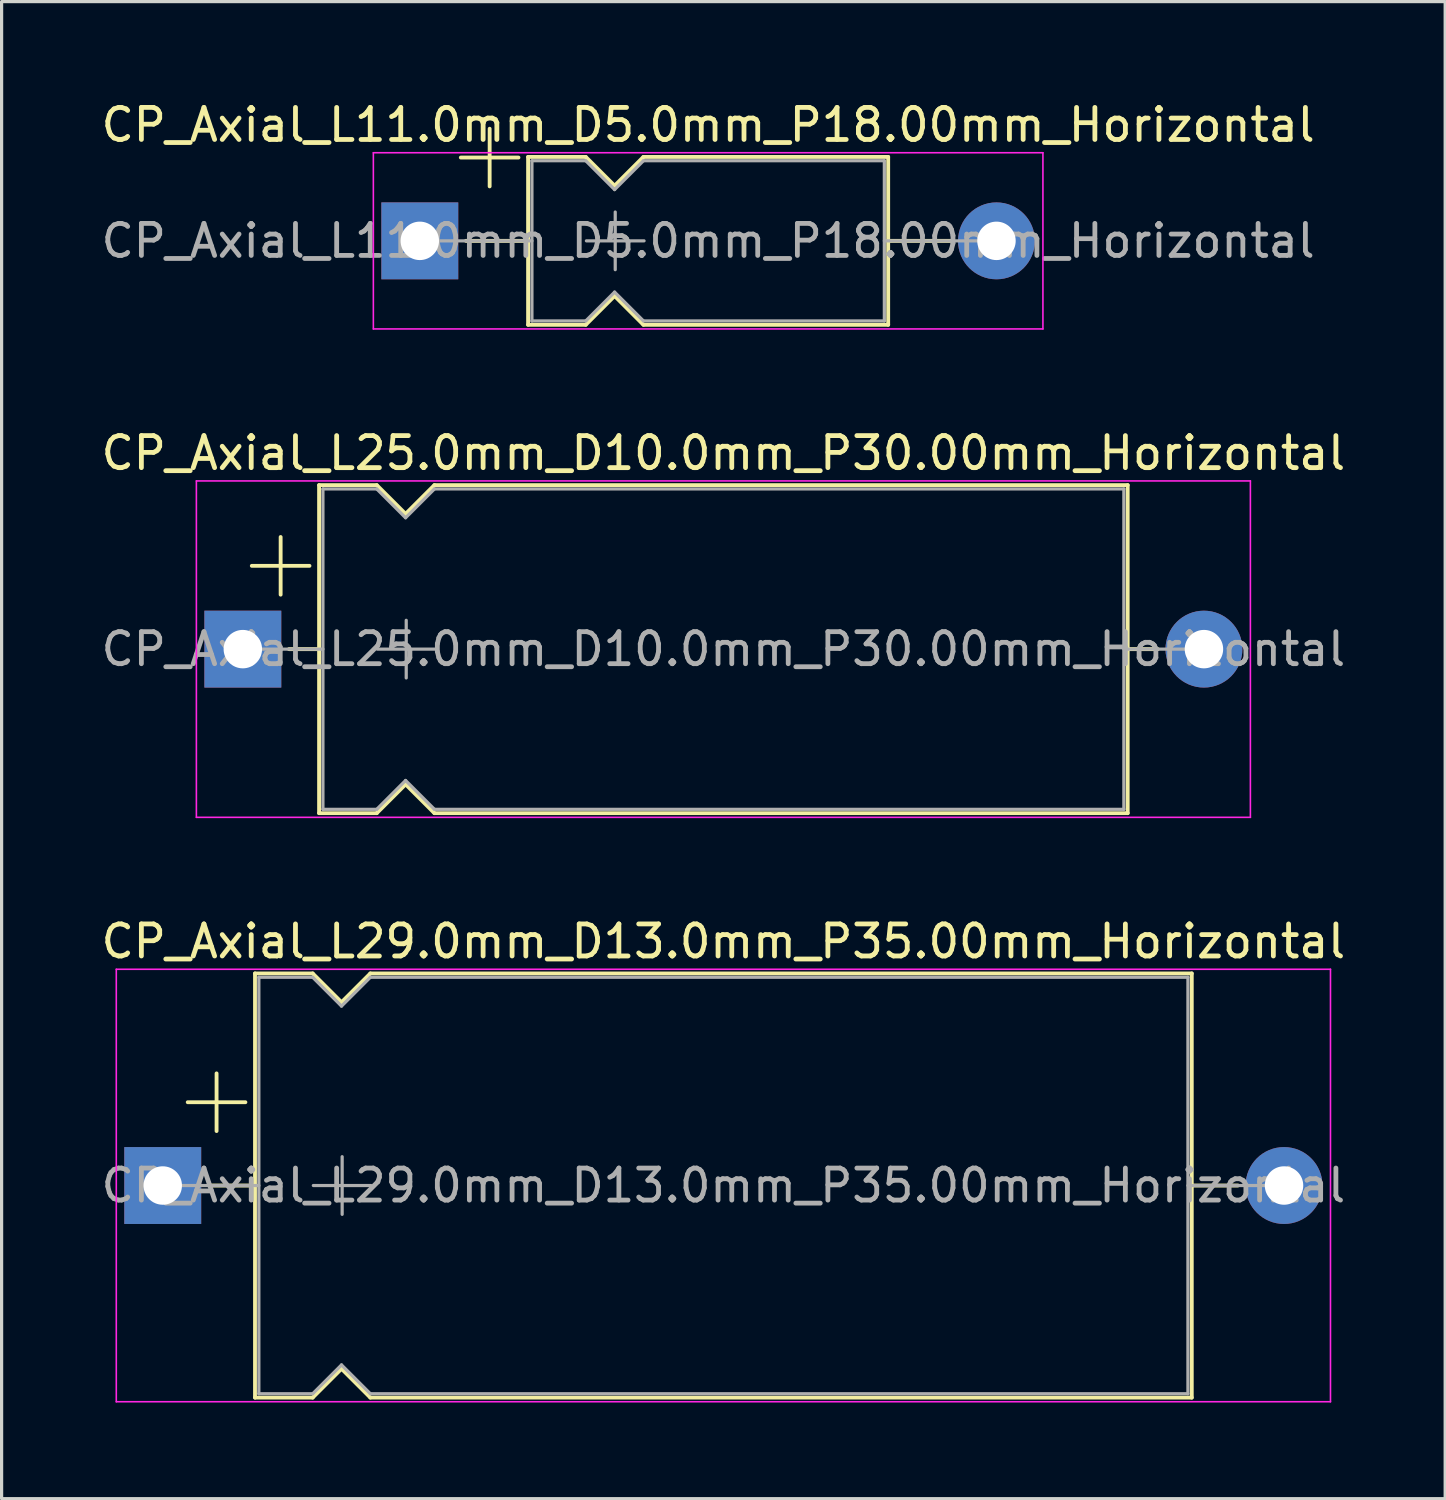
<source format=kicad_pcb>
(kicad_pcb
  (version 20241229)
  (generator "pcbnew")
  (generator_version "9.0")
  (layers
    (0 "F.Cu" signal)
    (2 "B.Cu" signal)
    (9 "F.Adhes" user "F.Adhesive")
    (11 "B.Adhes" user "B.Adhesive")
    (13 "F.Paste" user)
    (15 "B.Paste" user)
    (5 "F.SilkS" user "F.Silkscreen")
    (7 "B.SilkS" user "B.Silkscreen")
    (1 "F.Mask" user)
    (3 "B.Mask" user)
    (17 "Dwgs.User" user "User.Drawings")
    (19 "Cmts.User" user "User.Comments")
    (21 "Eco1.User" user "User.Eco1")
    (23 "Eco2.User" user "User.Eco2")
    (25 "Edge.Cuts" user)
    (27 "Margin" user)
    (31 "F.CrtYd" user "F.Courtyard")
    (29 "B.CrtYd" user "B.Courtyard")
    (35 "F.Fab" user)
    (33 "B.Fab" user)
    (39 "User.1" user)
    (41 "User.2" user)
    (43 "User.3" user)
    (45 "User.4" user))
  (footprint "CP_Axial_L11.0mm_D5.0mm_P18.00mm_Horizontal"
    (layer "F.Cu")
    (at 10.054 4.468)
    (property "Reference" "CP_Axial_L11.0mm_D5.0mm_P18.00mm_Horizontal" (at 9 -3.62 0) (layer "F.SilkS") (effects (font (size 1 1) (thickness 0.15))))
    (attr through_hole)
    (fp_line (start 1.28 -2.6) (end 3.08 -2.6) (stroke (width 0.12) (type solid)) (layer "F.SilkS"))
    (fp_line (start 1.44 0) (end 3.38 0) (stroke (width 0.12) (type solid)) (layer "F.SilkS"))
    (fp_line (start 2.18 -3.5) (end 2.18 -1.7) (stroke (width 0.12) (type solid)) (layer "F.SilkS"))
    (fp_line (start 3.38 -2.62) (end 3.38 2.62) (stroke (width 0.12) (type solid)) (layer "F.SilkS"))
    (fp_line (start 3.38 -2.62) (end 5.18 -2.62) (stroke (width 0.12) (type solid)) (layer "F.SilkS"))
    (fp_line (start 3.38 2.62) (end 5.18 2.62) (stroke (width 0.12) (type solid)) (layer "F.SilkS"))
    (fp_line (start 5.18 -2.62) (end 6.08 -1.72) (stroke (width 0.12) (type solid)) (layer "F.SilkS"))
    (fp_line (start 5.18 2.62) (end 6.08 1.72) (stroke (width 0.12) (type solid)) (layer "F.SilkS"))
    (fp_line (start 6.08 -1.72) (end 6.98 -2.62) (stroke (width 0.12) (type solid)) (layer "F.SilkS"))
    (fp_line (start 6.08 1.72) (end 6.98 2.62) (stroke (width 0.12) (type solid)) (layer "F.SilkS"))
    (fp_line (start 6.98 -2.62) (end 14.62 -2.62) (stroke (width 0.12) (type solid)) (layer "F.SilkS"))
    (fp_line (start 6.98 2.62) (end 14.62 2.62) (stroke (width 0.12) (type solid)) (layer "F.SilkS"))
    (fp_line (start 14.62 -2.62) (end 14.62 2.62) (stroke (width 0.12) (type solid)) (layer "F.SilkS"))
    (fp_line (start 16.56 0) (end 14.62 0) (stroke (width 0.12) (type solid)) (layer "F.SilkS"))
    (fp_line (start -1.45 -2.75) (end -1.45 2.75) (stroke (width 0.05) (type solid)) (layer "F.CrtYd"))
    (fp_line (start -1.45 2.75) (end 19.45 2.75) (stroke (width 0.05) (type solid)) (layer "F.CrtYd"))
    (fp_line (start 19.45 -2.75) (end -1.45 -2.75) (stroke (width 0.05) (type solid)) (layer "F.CrtYd"))
    (fp_line (start 19.45 2.75) (end 19.45 -2.75) (stroke (width 0.05) (type solid)) (layer "F.CrtYd"))
    (fp_line (start 0 0) (end 3.5 0) (stroke (width 0.1) (type solid)) (layer "F.Fab"))
    (fp_line (start 3.5 -2.5) (end 3.5 2.5) (stroke (width 0.1) (type solid)) (layer "F.Fab"))
    (fp_line (start 3.5 -2.5) (end 5.18 -2.5) (stroke (width 0.1) (type solid)) (layer "F.Fab"))
    (fp_line (start 3.5 2.5) (end 5.18 2.5) (stroke (width 0.1) (type solid)) (layer "F.Fab"))
    (fp_line (start 5.18 -2.5) (end 6.08 -1.6) (stroke (width 0.1) (type solid)) (layer "F.Fab"))
    (fp_line (start 5.18 2.5) (end 6.08 1.6) (stroke (width 0.1) (type solid)) (layer "F.Fab"))
    (fp_line (start 5.2 0) (end 7 0) (stroke (width 0.1) (type solid)) (layer "F.Fab"))
    (fp_line (start 6.08 -1.6) (end 6.98 -2.5) (stroke (width 0.1) (type solid)) (layer "F.Fab"))
    (fp_line (start 6.08 1.6) (end 6.98 2.5) (stroke (width 0.1) (type solid)) (layer "F.Fab"))
    (fp_line (start 6.1 -0.9) (end 6.1 0.9) (stroke (width 0.1) (type solid)) (layer "F.Fab"))
    (fp_line (start 6.98 -2.5) (end 14.5 -2.5) (stroke (width 0.1) (type solid)) (layer "F.Fab"))
    (fp_line (start 6.98 2.5) (end 14.5 2.5) (stroke (width 0.1) (type solid)) (layer "F.Fab"))
    (fp_line (start 14.5 -2.5) (end 14.5 2.5) (stroke (width 0.1) (type solid)) (layer "F.Fab"))
    (fp_line (start 18 0) (end 14.5 0) (stroke (width 0.1) (type solid)) (layer "F.Fab"))
    (fp_text user "${REFERENCE}" (at 9 0 0) (layer "F.Fab") (effects (font (size 1 1) (thickness 0.15))))
    (pad "1" thru_hole rect (at 0 0) (size 2.4 2.4) (drill 1.2) (layers "*.Cu" "*.Mask"))
    (pad "2" thru_hole oval (at 18 0) (size 2.4 2.4) (drill 1.2) (layers "*.Cu" "*.Mask")))
  (footprint "CP_Axial_L29.0mm_D13.0mm_P35.00mm_Horizontal"
    (layer "F.Cu")
    (at 2.03 33.955)
    (property "Reference" "CP_Axial_L29.0mm_D13.0mm_P35.00mm_Horizontal" (at 17.5 -7.62 0) (layer "F.SilkS") (effects (font (size 1 1) (thickness 0.15))))
    (attr through_hole)
    (fp_line (start 0.78 -2.6) (end 2.58 -2.6) (stroke (width 0.12) (type solid)) (layer "F.SilkS"))
    (fp_line (start 1.44 0) (end 2.88 0) (stroke (width 0.12) (type solid)) (layer "F.SilkS"))
    (fp_line (start 1.68 -3.5) (end 1.68 -1.7) (stroke (width 0.12) (type solid)) (layer "F.SilkS"))
    (fp_line (start 2.88 -6.62) (end 2.88 6.62) (stroke (width 0.12) (type solid)) (layer "F.SilkS"))
    (fp_line (start 2.88 -6.62) (end 4.68 -6.62) (stroke (width 0.12) (type solid)) (layer "F.SilkS"))
    (fp_line (start 2.88 6.62) (end 4.68 6.62) (stroke (width 0.12) (type solid)) (layer "F.SilkS"))
    (fp_line (start 4.68 -6.62) (end 5.58 -5.72) (stroke (width 0.12) (type solid)) (layer "F.SilkS"))
    (fp_line (start 4.68 6.62) (end 5.58 5.72) (stroke (width 0.12) (type solid)) (layer "F.SilkS"))
    (fp_line (start 5.58 -5.72) (end 6.48 -6.62) (stroke (width 0.12) (type solid)) (layer "F.SilkS"))
    (fp_line (start 5.58 5.72) (end 6.48 6.62) (stroke (width 0.12) (type solid)) (layer "F.SilkS"))
    (fp_line (start 6.48 -6.62) (end 32.12 -6.62) (stroke (width 0.12) (type solid)) (layer "F.SilkS"))
    (fp_line (start 6.48 6.62) (end 32.12 6.62) (stroke (width 0.12) (type solid)) (layer "F.SilkS"))
    (fp_line (start 32.12 -6.62) (end 32.12 6.62) (stroke (width 0.12) (type solid)) (layer "F.SilkS"))
    (fp_line (start 33.56 0) (end 32.12 0) (stroke (width 0.12) (type solid)) (layer "F.SilkS"))
    (fp_line (start -1.45 -6.75) (end -1.45 6.75) (stroke (width 0.05) (type solid)) (layer "F.CrtYd"))
    (fp_line (start -1.45 6.75) (end 36.45 6.75) (stroke (width 0.05) (type solid)) (layer "F.CrtYd"))
    (fp_line (start 36.45 -6.75) (end -1.45 -6.75) (stroke (width 0.05) (type solid)) (layer "F.CrtYd"))
    (fp_line (start 36.45 6.75) (end 36.45 -6.75) (stroke (width 0.05) (type solid)) (layer "F.CrtYd"))
    (fp_line (start 0 0) (end 3 0) (stroke (width 0.1) (type solid)) (layer "F.Fab"))
    (fp_line (start 3 -6.5) (end 3 6.5) (stroke (width 0.1) (type solid)) (layer "F.Fab"))
    (fp_line (start 3 -6.5) (end 4.68 -6.5) (stroke (width 0.1) (type solid)) (layer "F.Fab"))
    (fp_line (start 3 6.5) (end 4.68 6.5) (stroke (width 0.1) (type solid)) (layer "F.Fab"))
    (fp_line (start 4.68 -6.5) (end 5.58 -5.6) (stroke (width 0.1) (type solid)) (layer "F.Fab"))
    (fp_line (start 4.68 6.5) (end 5.58 5.6) (stroke (width 0.1) (type solid)) (layer "F.Fab"))
    (fp_line (start 4.7 0) (end 6.5 0) (stroke (width 0.1) (type solid)) (layer "F.Fab"))
    (fp_line (start 5.58 -5.6) (end 6.48 -6.5) (stroke (width 0.1) (type solid)) (layer "F.Fab"))
    (fp_line (start 5.58 5.6) (end 6.48 6.5) (stroke (width 0.1) (type solid)) (layer "F.Fab"))
    (fp_line (start 5.6 -0.9) (end 5.6 0.9) (stroke (width 0.1) (type solid)) (layer "F.Fab"))
    (fp_line (start 6.48 -6.5) (end 32 -6.5) (stroke (width 0.1) (type solid)) (layer "F.Fab"))
    (fp_line (start 6.48 6.5) (end 32 6.5) (stroke (width 0.1) (type solid)) (layer "F.Fab"))
    (fp_line (start 32 -6.5) (end 32 6.5) (stroke (width 0.1) (type solid)) (layer "F.Fab"))
    (fp_line (start 35 0) (end 32 0) (stroke (width 0.1) (type solid)) (layer "F.Fab"))
    (fp_text user "${REFERENCE}" (at 17.5 0 0) (layer "F.Fab") (effects (font (size 1 1) (thickness 0.15))))
    (pad "1" thru_hole rect (at 0 0) (size 2.4 2.4) (drill 1.2) (layers "*.Cu" "*.Mask"))
    (pad "2" thru_hole oval (at 35 0) (size 2.4 2.4) (drill 1.2) (layers "*.Cu" "*.Mask")))
  (footprint "CP_Axial_L25.0mm_D10.0mm_P30.00mm_Horizontal"
    (layer "F.Cu")
    (at 4.53 17.212)
    (property "Reference" "CP_Axial_L25.0mm_D10.0mm_P30.00mm_Horizontal" (at 15 -6.12 0) (layer "F.SilkS") (effects (font (size 1 1) (thickness 0.15))))
    (attr through_hole)
    (fp_line (start 0.28 -2.6) (end 2.08 -2.6) (stroke (width 0.12) (type solid)) (layer "F.SilkS"))
    (fp_line (start 1.18 -3.5) (end 1.18 -1.7) (stroke (width 0.12) (type solid)) (layer "F.SilkS"))
    (fp_line (start 1.44 0) (end 2.38 0) (stroke (width 0.12) (type solid)) (layer "F.SilkS"))
    (fp_line (start 2.38 -5.12) (end 2.38 5.12) (stroke (width 0.12) (type solid)) (layer "F.SilkS"))
    (fp_line (start 2.38 -5.12) (end 4.18 -5.12) (stroke (width 0.12) (type solid)) (layer "F.SilkS"))
    (fp_line (start 2.38 5.12) (end 4.18 5.12) (stroke (width 0.12) (type solid)) (layer "F.SilkS"))
    (fp_line (start 4.18 -5.12) (end 5.08 -4.22) (stroke (width 0.12) (type solid)) (layer "F.SilkS"))
    (fp_line (start 4.18 5.12) (end 5.08 4.22) (stroke (width 0.12) (type solid)) (layer "F.SilkS"))
    (fp_line (start 5.08 -4.22) (end 5.98 -5.12) (stroke (width 0.12) (type solid)) (layer "F.SilkS"))
    (fp_line (start 5.08 4.22) (end 5.98 5.12) (stroke (width 0.12) (type solid)) (layer "F.SilkS"))
    (fp_line (start 5.98 -5.12) (end 27.62 -5.12) (stroke (width 0.12) (type solid)) (layer "F.SilkS"))
    (fp_line (start 5.98 5.12) (end 27.62 5.12) (stroke (width 0.12) (type solid)) (layer "F.SilkS"))
    (fp_line (start 27.62 -5.12) (end 27.62 5.12) (stroke (width 0.12) (type solid)) (layer "F.SilkS"))
    (fp_line (start 28.56 0) (end 27.62 0) (stroke (width 0.12) (type solid)) (layer "F.SilkS"))
    (fp_line (start -1.45 -5.25) (end -1.45 5.25) (stroke (width 0.05) (type solid)) (layer "F.CrtYd"))
    (fp_line (start -1.45 5.25) (end 31.45 5.25) (stroke (width 0.05) (type solid)) (layer "F.CrtYd"))
    (fp_line (start 31.45 -5.25) (end -1.45 -5.25) (stroke (width 0.05) (type solid)) (layer "F.CrtYd"))
    (fp_line (start 31.45 5.25) (end 31.45 -5.25) (stroke (width 0.05) (type solid)) (layer "F.CrtYd"))
    (fp_line (start 0 0) (end 2.5 0) (stroke (width 0.1) (type solid)) (layer "F.Fab"))
    (fp_line (start 2.5 -5) (end 2.5 5) (stroke (width 0.1) (type solid)) (layer "F.Fab"))
    (fp_line (start 2.5 -5) (end 4.18 -5) (stroke (width 0.1) (type solid)) (layer "F.Fab"))
    (fp_line (start 2.5 5) (end 4.18 5) (stroke (width 0.1) (type solid)) (layer "F.Fab"))
    (fp_line (start 4.18 -5) (end 5.08 -4.1) (stroke (width 0.1) (type solid)) (layer "F.Fab"))
    (fp_line (start 4.18 5) (end 5.08 4.1) (stroke (width 0.1) (type solid)) (layer "F.Fab"))
    (fp_line (start 4.2 0) (end 6 0) (stroke (width 0.1) (type solid)) (layer "F.Fab"))
    (fp_line (start 5.08 -4.1) (end 5.98 -5) (stroke (width 0.1) (type solid)) (layer "F.Fab"))
    (fp_line (start 5.08 4.1) (end 5.98 5) (stroke (width 0.1) (type solid)) (layer "F.Fab"))
    (fp_line (start 5.1 -0.9) (end 5.1 0.9) (stroke (width 0.1) (type solid)) (layer "F.Fab"))
    (fp_line (start 5.98 -5) (end 27.5 -5) (stroke (width 0.1) (type solid)) (layer "F.Fab"))
    (fp_line (start 5.98 5) (end 27.5 5) (stroke (width 0.1) (type solid)) (layer "F.Fab"))
    (fp_line (start 27.5 -5) (end 27.5 5) (stroke (width 0.1) (type solid)) (layer "F.Fab"))
    (fp_line (start 30 0) (end 27.5 0) (stroke (width 0.1) (type solid)) (layer "F.Fab"))
    (fp_text user "${REFERENCE}" (at 15 0 0) (layer "F.Fab") (effects (font (size 1 1) (thickness 0.15))))
    (pad "1" thru_hole rect (at 0 0) (size 2.4 2.4) (drill 1.2) (layers "*.Cu" "*.Mask"))
    (pad "2" thru_hole oval (at 30 0) (size 2.4 2.4) (drill 1.2) (layers "*.Cu" "*.Mask")))
  (gr_rect
    (start -3 -3)
    (end 42.06 43.73)
    (stroke (width 0.1) (type default))
    (fill no)
    (layer "Edge.Cuts")))
</source>
